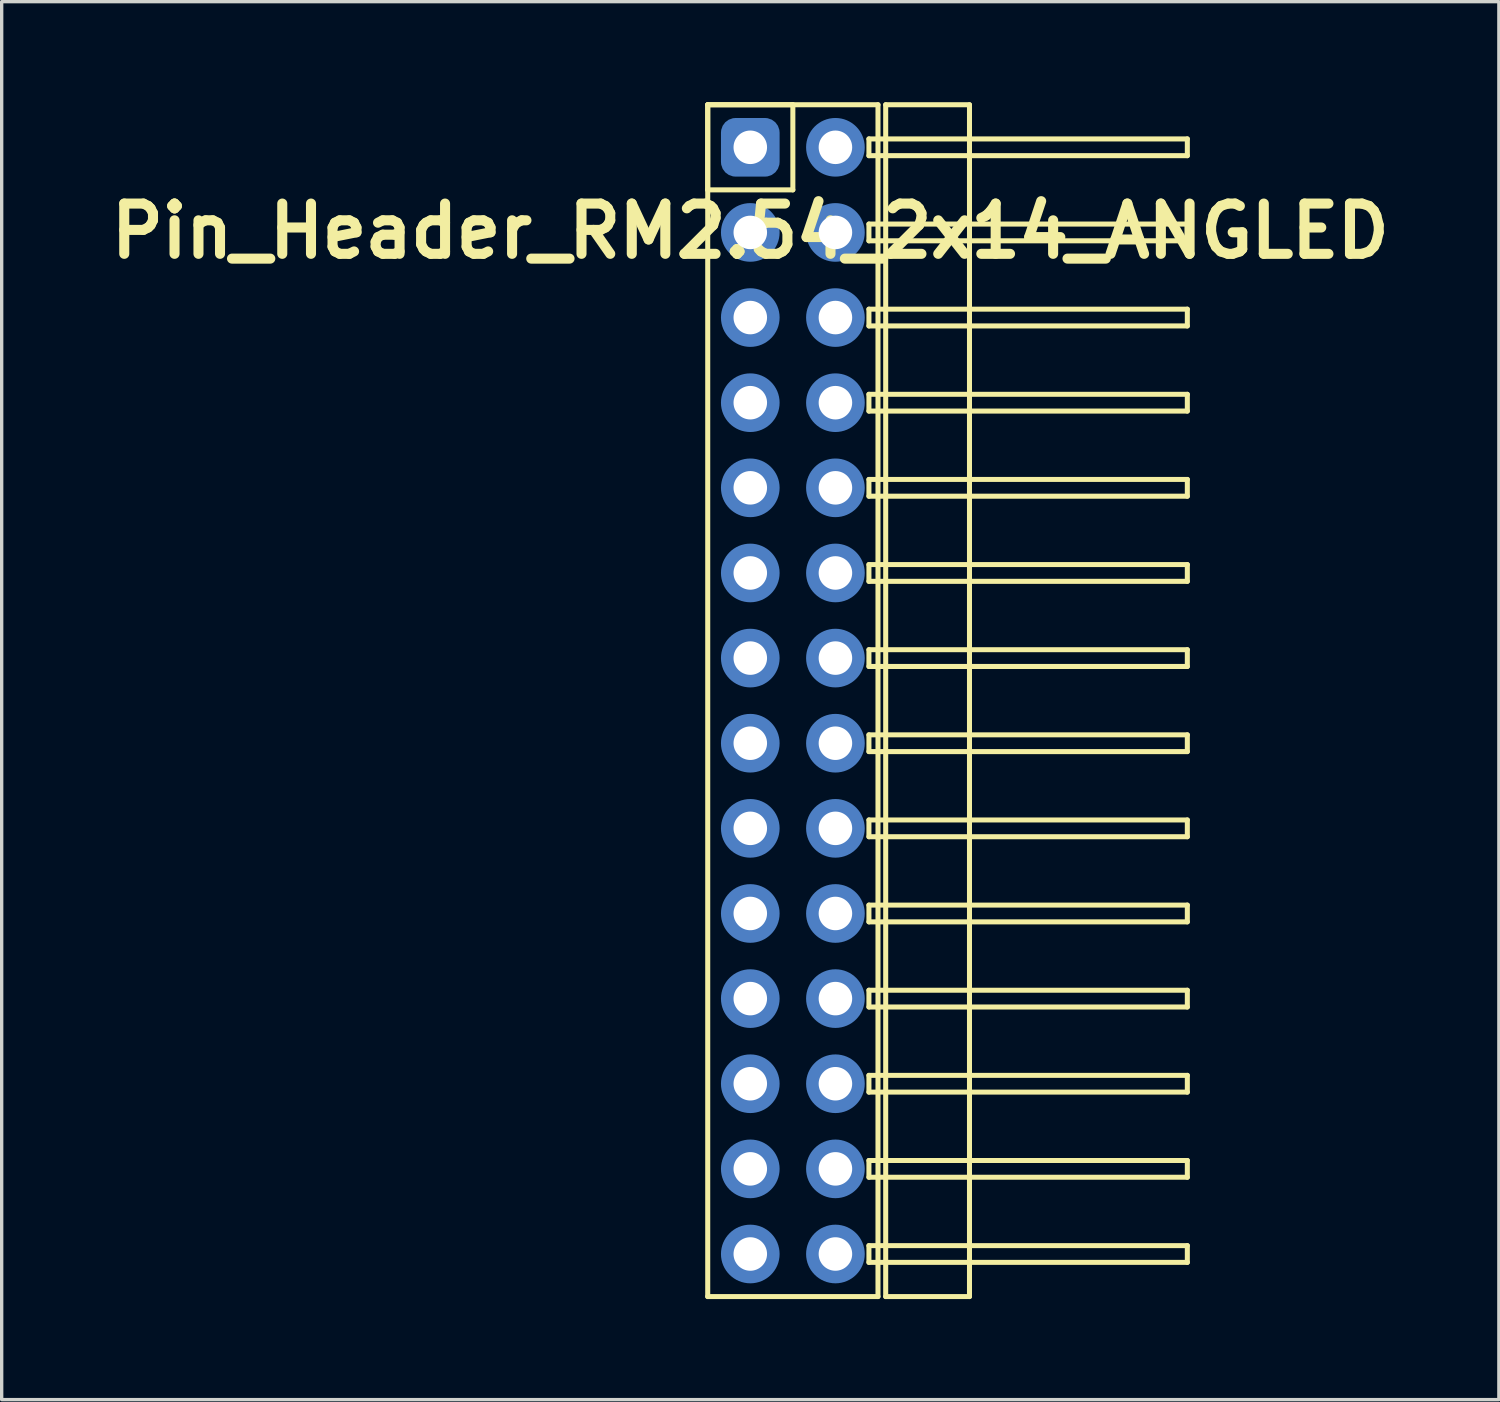
<source format=kicad_pcb>
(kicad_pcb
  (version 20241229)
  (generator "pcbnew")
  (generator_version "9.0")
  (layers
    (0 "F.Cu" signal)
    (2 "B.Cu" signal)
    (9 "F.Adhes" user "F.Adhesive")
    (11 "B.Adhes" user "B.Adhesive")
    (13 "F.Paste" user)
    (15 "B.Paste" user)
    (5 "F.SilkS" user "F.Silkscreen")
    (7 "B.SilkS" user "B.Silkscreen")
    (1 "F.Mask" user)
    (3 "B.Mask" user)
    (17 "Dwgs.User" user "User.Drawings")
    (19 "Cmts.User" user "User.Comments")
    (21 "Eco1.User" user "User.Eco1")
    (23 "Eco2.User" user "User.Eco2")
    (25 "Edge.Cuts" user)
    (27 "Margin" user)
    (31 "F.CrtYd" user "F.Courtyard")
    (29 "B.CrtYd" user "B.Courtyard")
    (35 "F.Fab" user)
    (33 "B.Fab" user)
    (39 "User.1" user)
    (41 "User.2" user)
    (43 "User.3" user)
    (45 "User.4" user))
  (footprint "Pin_Header_RM2.54_2x14_ANGLED"
    (layer "F.Cu")
    (at 19.336 1.345)
    (property "Reference" "Pin_Header_RM2.54_2x14_ANGLED" (at 0 2.5 0) (layer "F.SilkS") (effects (font (size 1.5 1.5) (thickness 0.3))))
    (attr through_hole)
    (fp_line (start -1.27 -1.27) (end 1.27 -1.27) (stroke (width 0.15) (type solid)) (layer "F.SilkS"))
    (fp_line (start -1.27 -1.27) (end 3.81 -1.27) (stroke (width 0.15) (type solid)) (layer "F.SilkS"))
    (fp_line (start -1.27 1.27) (end -1.27 -1.27) (stroke (width 0.15) (type solid)) (layer "F.SilkS"))
    (fp_line (start -1.27 34.29) (end -1.27 -1.27) (stroke (width 0.15) (type solid)) (layer "F.SilkS"))
    (fp_line (start 1.27 -1.27) (end 1.27 1.27) (stroke (width 0.15) (type solid)) (layer "F.SilkS"))
    (fp_line (start 1.27 1.27) (end -1.27 1.27) (stroke (width 0.15) (type solid)) (layer "F.SilkS"))
    (fp_line (start 3.54 -0.25) (end 13.04 -0.25) (stroke (width 0.15) (type solid)) (layer "F.SilkS"))
    (fp_line (start 3.54 0.25) (end 3.54 -0.25) (stroke (width 0.15) (type solid)) (layer "F.SilkS"))
    (fp_line (start 3.54 2.29) (end 13.04 2.29) (stroke (width 0.15) (type solid)) (layer "F.SilkS"))
    (fp_line (start 3.54 2.79) (end 3.54 2.29) (stroke (width 0.15) (type solid)) (layer "F.SilkS"))
    (fp_line (start 3.54 4.83) (end 13.04 4.83) (stroke (width 0.15) (type solid)) (layer "F.SilkS"))
    (fp_line (start 3.54 5.33) (end 3.54 4.83) (stroke (width 0.15) (type solid)) (layer "F.SilkS"))
    (fp_line (start 3.54 7.37) (end 13.04 7.37) (stroke (width 0.15) (type solid)) (layer "F.SilkS"))
    (fp_line (start 3.54 7.87) (end 3.54 7.37) (stroke (width 0.15) (type solid)) (layer "F.SilkS"))
    (fp_line (start 3.54 9.91) (end 13.04 9.91) (stroke (width 0.15) (type solid)) (layer "F.SilkS"))
    (fp_line (start 3.54 10.41) (end 3.54 9.91) (stroke (width 0.15) (type solid)) (layer "F.SilkS"))
    (fp_line (start 3.54 12.45) (end 13.04 12.45) (stroke (width 0.15) (type solid)) (layer "F.SilkS"))
    (fp_line (start 3.54 12.95) (end 3.54 12.45) (stroke (width 0.15) (type solid)) (layer "F.SilkS"))
    (fp_line (start 3.54 14.99) (end 13.04 14.99) (stroke (width 0.15) (type solid)) (layer "F.SilkS"))
    (fp_line (start 3.54 15.49) (end 3.54 14.99) (stroke (width 0.15) (type solid)) (layer "F.SilkS"))
    (fp_line (start 3.54 17.53) (end 13.04 17.53) (stroke (width 0.15) (type solid)) (layer "F.SilkS"))
    (fp_line (start 3.54 18.03) (end 3.54 17.53) (stroke (width 0.15) (type solid)) (layer "F.SilkS"))
    (fp_line (start 3.54 20.07) (end 13.04 20.07) (stroke (width 0.15) (type solid)) (layer "F.SilkS"))
    (fp_line (start 3.54 20.57) (end 3.54 20.07) (stroke (width 0.15) (type solid)) (layer "F.SilkS"))
    (fp_line (start 3.54 22.61) (end 13.04 22.61) (stroke (width 0.15) (type solid)) (layer "F.SilkS"))
    (fp_line (start 3.54 23.11) (end 3.54 22.61) (stroke (width 0.15) (type solid)) (layer "F.SilkS"))
    (fp_line (start 3.54 25.15) (end 13.04 25.15) (stroke (width 0.15) (type solid)) (layer "F.SilkS"))
    (fp_line (start 3.54 25.65) (end 3.54 25.15) (stroke (width 0.15) (type solid)) (layer "F.SilkS"))
    (fp_line (start 3.54 27.69) (end 13.04 27.69) (stroke (width 0.15) (type solid)) (layer "F.SilkS"))
    (fp_line (start 3.54 28.19) (end 3.54 27.69) (stroke (width 0.15) (type solid)) (layer "F.SilkS"))
    (fp_line (start 3.54 30.23) (end 13.04 30.23) (stroke (width 0.15) (type solid)) (layer "F.SilkS"))
    (fp_line (start 3.54 30.73) (end 3.54 30.23) (stroke (width 0.15) (type solid)) (layer "F.SilkS"))
    (fp_line (start 3.54 32.77) (end 13.04 32.77) (stroke (width 0.15) (type solid)) (layer "F.SilkS"))
    (fp_line (start 3.54 33.27) (end 3.54 32.77) (stroke (width 0.15) (type solid)) (layer "F.SilkS"))
    (fp_line (start 3.81 -1.27) (end 3.81 34.29) (stroke (width 0.15) (type solid)) (layer "F.SilkS"))
    (fp_line (start 3.81 34.29) (end -1.27 34.29) (stroke (width 0.15) (type solid)) (layer "F.SilkS"))
    (fp_line (start 4.04 -1.27) (end 6.54 -1.27) (stroke (width 0.15) (type solid)) (layer "F.SilkS"))
    (fp_line (start 4.04 34.29) (end 4.04 -1.27) (stroke (width 0.15) (type solid)) (layer "F.SilkS"))
    (fp_line (start 6.54 -1.27) (end 6.54 34.29) (stroke (width 0.15) (type solid)) (layer "F.SilkS"))
    (fp_line (start 6.54 34.29) (end 4.04 34.29) (stroke (width 0.15) (type solid)) (layer "F.SilkS"))
    (fp_line (start 13.04 -0.25) (end 13.04 0.25) (stroke (width 0.15) (type solid)) (layer "F.SilkS"))
    (fp_line (start 13.04 0.25) (end 3.54 0.25) (stroke (width 0.15) (type solid)) (layer "F.SilkS"))
    (fp_line (start 13.04 2.29) (end 13.04 2.79) (stroke (width 0.15) (type solid)) (layer "F.SilkS"))
    (fp_line (start 13.04 2.79) (end 3.54 2.79) (stroke (width 0.15) (type solid)) (layer "F.SilkS"))
    (fp_line (start 13.04 4.83) (end 13.04 5.33) (stroke (width 0.15) (type solid)) (layer "F.SilkS"))
    (fp_line (start 13.04 5.33) (end 3.54 5.33) (stroke (width 0.15) (type solid)) (layer "F.SilkS"))
    (fp_line (start 13.04 7.37) (end 13.04 7.87) (stroke (width 0.15) (type solid)) (layer "F.SilkS"))
    (fp_line (start 13.04 7.87) (end 3.54 7.87) (stroke (width 0.15) (type solid)) (layer "F.SilkS"))
    (fp_line (start 13.04 9.91) (end 13.04 10.41) (stroke (width 0.15) (type solid)) (layer "F.SilkS"))
    (fp_line (start 13.04 10.41) (end 3.54 10.41) (stroke (width 0.15) (type solid)) (layer "F.SilkS"))
    (fp_line (start 13.04 12.45) (end 13.04 12.95) (stroke (width 0.15) (type solid)) (layer "F.SilkS"))
    (fp_line (start 13.04 12.95) (end 3.54 12.95) (stroke (width 0.15) (type solid)) (layer "F.SilkS"))
    (fp_line (start 13.04 14.99) (end 13.04 15.49) (stroke (width 0.15) (type solid)) (layer "F.SilkS"))
    (fp_line (start 13.04 15.49) (end 3.54 15.49) (stroke (width 0.15) (type solid)) (layer "F.SilkS"))
    (fp_line (start 13.04 17.53) (end 13.04 18.03) (stroke (width 0.15) (type solid)) (layer "F.SilkS"))
    (fp_line (start 13.04 18.03) (end 3.54 18.03) (stroke (width 0.15) (type solid)) (layer "F.SilkS"))
    (fp_line (start 13.04 20.07) (end 13.04 20.57) (stroke (width 0.15) (type solid)) (layer "F.SilkS"))
    (fp_line (start 13.04 20.57) (end 3.54 20.57) (stroke (width 0.15) (type solid)) (layer "F.SilkS"))
    (fp_line (start 13.04 22.61) (end 13.04 23.11) (stroke (width 0.15) (type solid)) (layer "F.SilkS"))
    (fp_line (start 13.04 23.11) (end 3.54 23.11) (stroke (width 0.15) (type solid)) (layer "F.SilkS"))
    (fp_line (start 13.04 25.15) (end 13.04 25.65) (stroke (width 0.15) (type solid)) (layer "F.SilkS"))
    (fp_line (start 13.04 25.65) (end 3.54 25.65) (stroke (width 0.15) (type solid)) (layer "F.SilkS"))
    (fp_line (start 13.04 27.69) (end 13.04 28.19) (stroke (width 0.15) (type solid)) (layer "F.SilkS"))
    (fp_line (start 13.04 28.19) (end 3.54 28.19) (stroke (width 0.15) (type solid)) (layer "F.SilkS"))
    (fp_line (start 13.04 30.23) (end 13.04 30.73) (stroke (width 0.15) (type solid)) (layer "F.SilkS"))
    (fp_line (start 13.04 30.73) (end 3.54 30.73) (stroke (width 0.15) (type solid)) (layer "F.SilkS"))
    (fp_line (start 13.04 32.77) (end 13.04 33.27) (stroke (width 0.15) (type solid)) (layer "F.SilkS"))
    (fp_line (start 13.04 33.27) (end 3.54 33.27) (stroke (width 0.15) (type solid)) (layer "F.SilkS"))
    (pad "1" thru_hole circle (at 0 0) (size 1.3 1.3) (drill 1) (layers "*.Cu" "*.Mask"))
    (pad "1" smd roundrect (at 0 0) (size 1.5 1.5) (layers "F.Cu" "F.Mask") (roundrect_rratio 0.25))
    (pad "1" smd roundrect (at 0 0) (size 1.75 1.75) (layers "B.Cu" "B.Mask") (roundrect_rratio 0.25))
    (pad "2" thru_hole circle (at 2.54 0) (size 1.3 1.3) (drill 1) (layers "*.Cu" "*.Mask"))
    (pad "2" smd circle (at 2.54 0) (size 1.5 1.5) (layers "F.Cu" "F.Mask"))
    (pad "2" smd circle (at 2.54 0) (size 1.75 1.75) (layers "B.Cu" "B.Mask"))
    (pad "3" thru_hole circle (at 0 2.54) (size 1.3 1.3) (drill 1) (layers "*.Cu" "*.Mask"))
    (pad "3" smd circle (at 0 2.54) (size 1.5 1.5) (layers "F.Cu" "F.Mask"))
    (pad "3" smd circle (at 0 2.54) (size 1.75 1.75) (layers "B.Cu" "B.Mask"))
    (pad "4" thru_hole circle (at 2.54 2.54) (size 1.3 1.3) (drill 1) (layers "*.Cu" "*.Mask"))
    (pad "4" smd circle (at 2.54 2.54) (size 1.5 1.5) (layers "F.Cu" "F.Mask"))
    (pad "4" smd circle (at 2.54 2.54) (size 1.75 1.75) (layers "B.Cu" "B.Mask"))
    (pad "5" thru_hole circle (at 0 5.08) (size 1.3 1.3) (drill 1) (layers "*.Cu" "*.Mask"))
    (pad "5" smd circle (at 0 5.08) (size 1.5 1.5) (layers "F.Cu" "F.Mask"))
    (pad "5" smd circle (at 0 5.08) (size 1.75 1.75) (layers "B.Cu" "B.Mask"))
    (pad "6" thru_hole circle (at 2.54 5.08) (size 1.3 1.3) (drill 1) (layers "*.Cu" "*.Mask"))
    (pad "6" smd circle (at 2.54 5.08) (size 1.5 1.5) (layers "F.Cu" "F.Mask"))
    (pad "6" smd circle (at 2.54 5.08) (size 1.75 1.75) (layers "B.Cu" "B.Mask"))
    (pad "7" thru_hole circle (at 0 7.62) (size 1.3 1.3) (drill 1) (layers "*.Cu" "*.Mask"))
    (pad "7" smd circle (at 0 7.62) (size 1.5 1.5) (layers "F.Cu" "F.Mask"))
    (pad "7" smd circle (at 0 7.62) (size 1.75 1.75) (layers "B.Cu" "B.Mask"))
    (pad "8" thru_hole circle (at 2.54 7.62) (size 1.3 1.3) (drill 1) (layers "*.Cu" "*.Mask"))
    (pad "8" smd circle (at 2.54 7.62) (size 1.5 1.5) (layers "F.Cu" "F.Mask"))
    (pad "8" smd circle (at 2.54 7.62) (size 1.75 1.75) (layers "B.Cu" "B.Mask"))
    (pad "9" thru_hole circle (at 0 10.16) (size 1.3 1.3) (drill 1) (layers "*.Cu" "*.Mask"))
    (pad "9" smd circle (at 0 10.16) (size 1.5 1.5) (layers "F.Cu" "F.Mask"))
    (pad "9" smd circle (at 0 10.16) (size 1.75 1.75) (layers "B.Cu" "B.Mask"))
    (pad "10" thru_hole circle (at 2.54 10.16) (size 1.3 1.3) (drill 1) (layers "*.Cu" "*.Mask"))
    (pad "10" smd circle (at 2.54 10.16) (size 1.5 1.5) (layers "F.Cu" "F.Mask"))
    (pad "10" smd circle (at 2.54 10.16) (size 1.75 1.75) (layers "B.Cu" "B.Mask"))
    (pad "11" thru_hole circle (at 0 12.7) (size 1.3 1.3) (drill 1) (layers "*.Cu" "*.Mask"))
    (pad "11" smd circle (at 0 12.7) (size 1.5 1.5) (layers "F.Cu" "F.Mask"))
    (pad "11" smd circle (at 0 12.7) (size 1.75 1.75) (layers "B.Cu" "B.Mask"))
    (pad "12" thru_hole circle (at 2.54 12.7) (size 1.3 1.3) (drill 1) (layers "*.Cu" "*.Mask"))
    (pad "12" smd circle (at 2.54 12.7) (size 1.5 1.5) (layers "F.Cu" "F.Mask"))
    (pad "12" smd circle (at 2.54 12.7) (size 1.75 1.75) (layers "B.Cu" "B.Mask"))
    (pad "13" thru_hole circle (at 0 15.24) (size 1.3 1.3) (drill 1) (layers "*.Cu" "*.Mask"))
    (pad "13" smd circle (at 0 15.24) (size 1.5 1.5) (layers "F.Cu" "F.Mask"))
    (pad "13" smd circle (at 0 15.24) (size 1.75 1.75) (layers "B.Cu" "B.Mask"))
    (pad "14" thru_hole circle (at 2.54 15.24) (size 1.3 1.3) (drill 1) (layers "*.Cu" "*.Mask"))
    (pad "14" smd circle (at 2.54 15.24) (size 1.5 1.5) (layers "F.Cu" "F.Mask"))
    (pad "14" smd circle (at 2.54 15.24) (size 1.75 1.75) (layers "B.Cu" "B.Mask"))
    (pad "15" thru_hole circle (at 0 17.78) (size 1.3 1.3) (drill 1) (layers "*.Cu" "*.Mask"))
    (pad "15" smd circle (at 0 17.78) (size 1.5 1.5) (layers "F.Cu" "F.Mask"))
    (pad "15" smd circle (at 0 17.78) (size 1.75 1.75) (layers "B.Cu" "B.Mask"))
    (pad "16" thru_hole circle (at 2.54 17.78) (size 1.3 1.3) (drill 1) (layers "*.Cu" "*.Mask"))
    (pad "16" smd circle (at 2.54 17.78) (size 1.5 1.5) (layers "F.Cu" "F.Mask"))
    (pad "16" smd circle (at 2.54 17.78) (size 1.75 1.75) (layers "B.Cu" "B.Mask"))
    (pad "17" thru_hole circle (at 0 20.32) (size 1.3 1.3) (drill 1) (layers "*.Cu" "*.Mask"))
    (pad "17" smd circle (at 0 20.32) (size 1.5 1.5) (layers "F.Cu" "F.Mask"))
    (pad "17" smd circle (at 0 20.32) (size 1.75 1.75) (layers "B.Cu" "B.Mask"))
    (pad "18" thru_hole circle (at 2.54 20.32) (size 1.3 1.3) (drill 1) (layers "*.Cu" "*.Mask"))
    (pad "18" smd circle (at 2.54 20.32) (size 1.5 1.5) (layers "F.Cu" "F.Mask"))
    (pad "18" smd circle (at 2.54 20.32) (size 1.75 1.75) (layers "B.Cu" "B.Mask"))
    (pad "19" thru_hole circle (at 0 22.86) (size 1.3 1.3) (drill 1) (layers "*.Cu" "*.Mask"))
    (pad "19" smd circle (at 0 22.86) (size 1.5 1.5) (layers "F.Cu" "F.Mask"))
    (pad "19" smd circle (at 0 22.86) (size 1.75 1.75) (layers "B.Cu" "B.Mask"))
    (pad "20" thru_hole circle (at 2.54 22.86) (size 1.3 1.3) (drill 1) (layers "*.Cu" "*.Mask"))
    (pad "20" smd circle (at 2.54 22.86) (size 1.5 1.5) (layers "F.Cu" "F.Mask"))
    (pad "20" smd circle (at 2.54 22.86) (size 1.75 1.75) (layers "B.Cu" "B.Mask"))
    (pad "21" thru_hole circle (at 0 25.4) (size 1.3 1.3) (drill 1) (layers "*.Cu" "*.Mask"))
    (pad "21" smd circle (at 0 25.4) (size 1.5 1.5) (layers "F.Cu" "F.Mask"))
    (pad "21" smd circle (at 0 25.4) (size 1.75 1.75) (layers "B.Cu" "B.Mask"))
    (pad "22" thru_hole circle (at 2.54 25.4) (size 1.3 1.3) (drill 1) (layers "*.Cu" "*.Mask"))
    (pad "22" smd circle (at 2.54 25.4) (size 1.5 1.5) (layers "F.Cu" "F.Mask"))
    (pad "22" smd circle (at 2.54 25.4) (size 1.75 1.75) (layers "B.Cu" "B.Mask"))
    (pad "23" thru_hole circle (at 0 27.94) (size 1.3 1.3) (drill 1) (layers "*.Cu" "*.Mask"))
    (pad "23" smd circle (at 0 27.94) (size 1.5 1.5) (layers "F.Cu" "F.Mask"))
    (pad "23" smd circle (at 0 27.94) (size 1.75 1.75) (layers "B.Cu" "B.Mask"))
    (pad "24" thru_hole circle (at 2.54 27.94) (size 1.3 1.3) (drill 1) (layers "*.Cu" "*.Mask"))
    (pad "24" smd circle (at 2.54 27.94) (size 1.5 1.5) (layers "F.Cu" "F.Mask"))
    (pad "24" smd circle (at 2.54 27.94) (size 1.75 1.75) (layers "B.Cu" "B.Mask"))
    (pad "25" thru_hole circle (at 0 30.48) (size 1.3 1.3) (drill 1) (layers "*.Cu" "*.Mask"))
    (pad "25" smd circle (at 0 30.48) (size 1.5 1.5) (layers "F.Cu" "F.Mask"))
    (pad "25" smd circle (at 0 30.48) (size 1.75 1.75) (layers "B.Cu" "B.Mask"))
    (pad "26" thru_hole circle (at 2.54 30.48) (size 1.3 1.3) (drill 1) (layers "*.Cu" "*.Mask"))
    (pad "26" smd circle (at 2.54 30.48) (size 1.5 1.5) (layers "F.Cu" "F.Mask"))
    (pad "26" smd circle (at 2.54 30.48) (size 1.75 1.75) (layers "B.Cu" "B.Mask"))
    (pad "27" thru_hole circle (at 0 33.02) (size 1.3 1.3) (drill 1) (layers "*.Cu" "*.Mask"))
    (pad "27" smd circle (at 0 33.02) (size 1.5 1.5) (layers "F.Cu" "F.Mask"))
    (pad "27" smd circle (at 0 33.02) (size 1.75 1.75) (layers "B.Cu" "B.Mask"))
    (pad "28" thru_hole circle (at 2.54 33.02) (size 1.3 1.3) (drill 1) (layers "*.Cu" "*.Mask"))
    (pad "28" smd circle (at 2.54 33.02) (size 1.5 1.5) (layers "F.Cu" "F.Mask"))
    (pad "28" smd circle (at 2.54 33.02) (size 1.75 1.75) (layers "B.Cu" "B.Mask")))
  (gr_rect
    (start -3 -3)
    (end 41.671 38.71)
    (stroke (width 0.1) (type default))
    (fill no)
    (layer "Edge.Cuts")))
</source>
